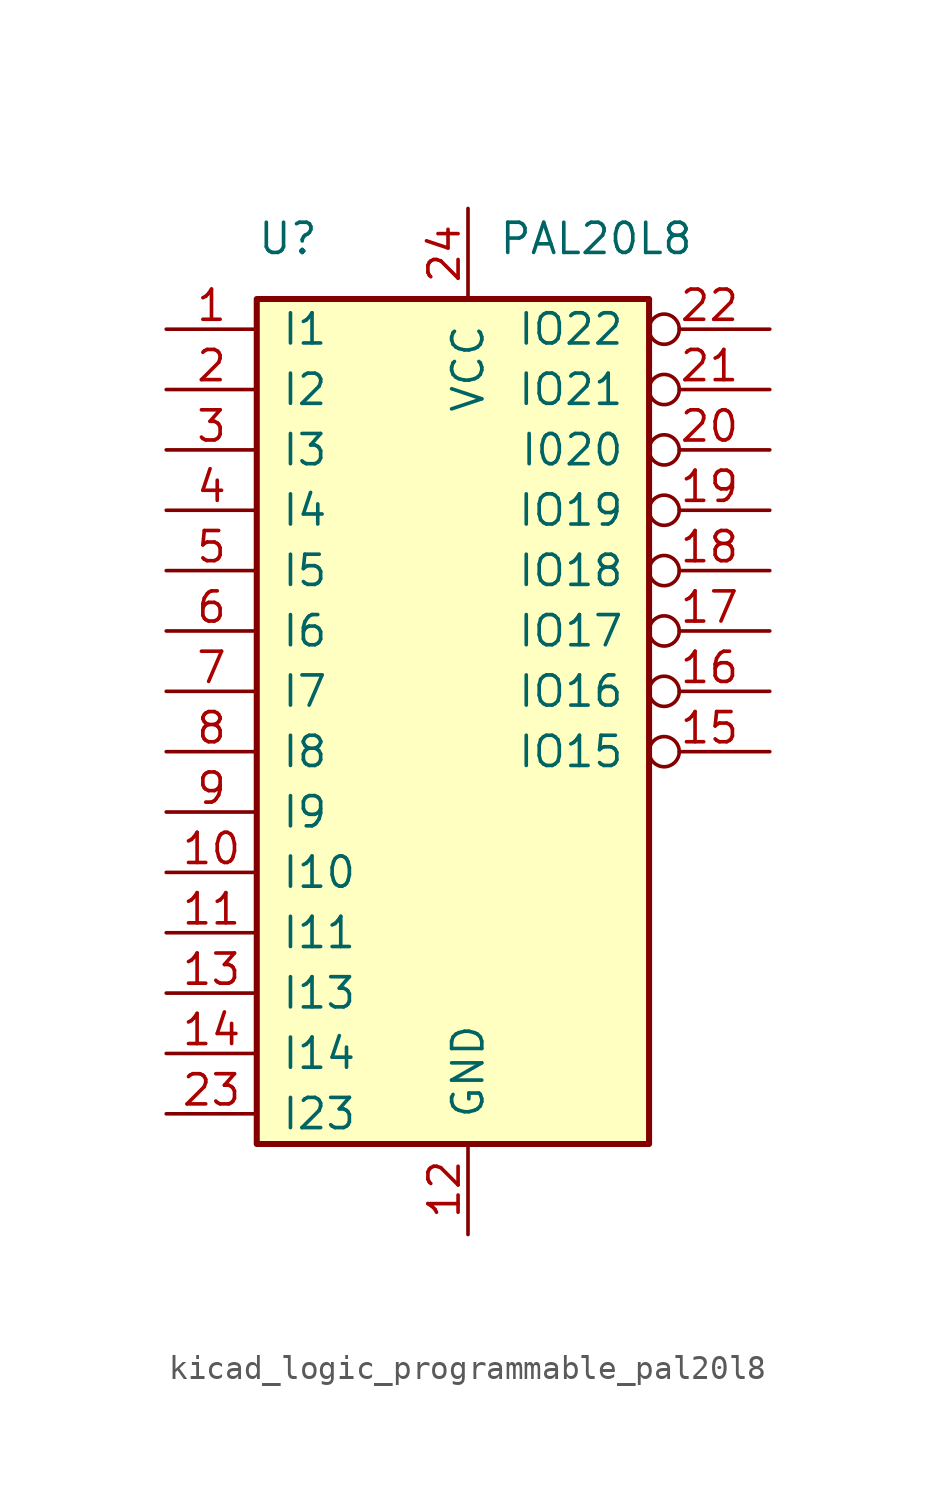
<source format=kicad_sym>
(kicad_symbol_lib
  (version 20220914)
  (generator kicad_symbol_editor)
  (symbol "kicad_logic_programmable_pal20l8"
    (pin_names
      (offset 1.016))
    (property "Reference" "U"
      (at -8.89 21.59 0)
      (effects (font (size 1.27 1.27)) (justify left)))
    (property "Value" "PAL20L8"
      (at 1.27 21.59 0)
      (effects (font (size 1.27 1.27)) (justify left)))
    (symbol "kicad_logic_programmable_pal20l8_0_0"
      (pin power_in line (at 0 -20.32 90) (length 3.81) (name "GND" (effects (font (size 1.27 1.27)))) (number "12" (effects (font (size 1.27 1.27)))))
      (pin power_in line (at 0 22.86 270) (length 3.81) (name "VCC" (effects (font (size 1.27 1.27)))) (number "24" (effects (font (size 1.27 1.27))))))
    (symbol "kicad_logic_programmable_pal20l8_0_1"
      (rectangle (start -8.89 19.05) (end 7.62 -16.51) (stroke (width 0.254) (type default)) (fill (type background))))
    (symbol "kicad_logic_programmable_pal20l8_1_1"
      (pin input line (at -12.7 17.78 0) (length 3.81) (name "I1" (effects (font (size 1.27 1.27)))) (number "1" (effects (font (size 1.27 1.27)))))
      (pin input line (at -12.7 -5.08 0) (length 3.81) (name "I10" (effects (font (size 1.27 1.27)))) (number "10" (effects (font (size 1.27 1.27)))))
      (pin input line (at -12.7 -7.62 0) (length 3.81) (name "I11" (effects (font (size 1.27 1.27)))) (number "11" (effects (font (size 1.27 1.27)))))
      (pin input line (at -12.7 -10.16 0) (length 3.81) (name "I13" (effects (font (size 1.27 1.27)))) (number "13" (effects (font (size 1.27 1.27)))))
      (pin input line (at -12.7 -12.7 0) (length 3.81) (name "I14" (effects (font (size 1.27 1.27)))) (number "14" (effects (font (size 1.27 1.27)))))
      (pin tri_state inverted (at 12.7 0 180) (length 5.08) (name "IO15" (effects (font (size 1.27 1.27)))) (number "15" (effects (font (size 1.27 1.27)))))
      (pin tri_state inverted (at 12.7 2.54 180) (length 5.08) (name "IO16" (effects (font (size 1.27 1.27)))) (number "16" (effects (font (size 1.27 1.27)))))
      (pin tri_state inverted (at 12.7 5.08 180) (length 5.08) (name "IO17" (effects (font (size 1.27 1.27)))) (number "17" (effects (font (size 1.27 1.27)))))
      (pin tri_state inverted (at 12.7 7.62 180) (length 5.08) (name "IO18" (effects (font (size 1.27 1.27)))) (number "18" (effects (font (size 1.27 1.27)))))
      (pin tri_state inverted (at 12.7 10.16 180) (length 5.08) (name "IO19" (effects (font (size 1.27 1.27)))) (number "19" (effects (font (size 1.27 1.27)))))
      (pin input line (at -12.7 15.24 0) (length 3.81) (name "I2" (effects (font (size 1.27 1.27)))) (number "2" (effects (font (size 1.27 1.27)))))
      (pin tri_state inverted (at 12.7 12.7 180) (length 5.08) (name "I020" (effects (font (size 1.27 1.27)))) (number "20" (effects (font (size 1.27 1.27)))))
      (pin tri_state inverted (at 12.7 15.24 180) (length 5.08) (name "IO21" (effects (font (size 1.27 1.27)))) (number "21" (effects (font (size 1.27 1.27)))))
      (pin tri_state inverted (at 12.7 17.78 180) (length 5.08) (name "IO22" (effects (font (size 1.27 1.27)))) (number "22" (effects (font (size 1.27 1.27)))))
      (pin input line (at -12.7 -15.24 0) (length 3.81) (name "I23" (effects (font (size 1.27 1.27)))) (number "23" (effects (font (size 1.27 1.27)))))
      (pin input line (at -12.7 12.7 0) (length 3.81) (name "I3" (effects (font (size 1.27 1.27)))) (number "3" (effects (font (size 1.27 1.27)))))
      (pin input line (at -12.7 10.16 0) (length 3.81) (name "I4" (effects (font (size 1.27 1.27)))) (number "4" (effects (font (size 1.27 1.27)))))
      (pin input line (at -12.7 7.62 0) (length 3.81) (name "I5" (effects (font (size 1.27 1.27)))) (number "5" (effects (font (size 1.27 1.27)))))
      (pin input line (at -12.7 5.08 0) (length 3.81) (name "I6" (effects (font (size 1.27 1.27)))) (number "6" (effects (font (size 1.27 1.27)))))
      (pin input line (at -12.7 2.54 0) (length 3.81) (name "I7" (effects (font (size 1.27 1.27)))) (number "7" (effects (font (size 1.27 1.27)))))
      (pin input line (at -12.7 0 0) (length 3.81) (name "I8" (effects (font (size 1.27 1.27)))) (number "8" (effects (font (size 1.27 1.27)))))
      (pin input line (at -12.7 -2.54 0) (length 3.81) (name "I9" (effects (font (size 1.27 1.27)))) (number "9" (effects (font (size 1.27 1.27))))))))
</source>
